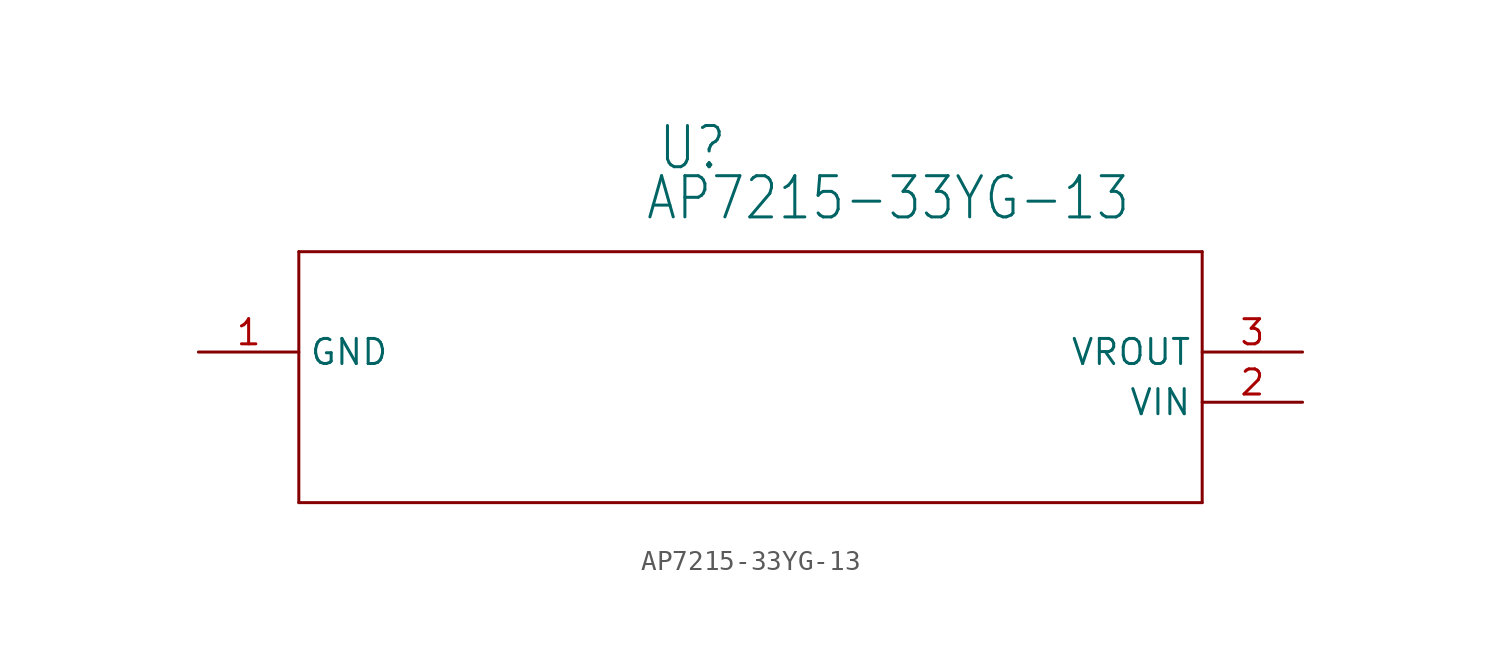
<source format=kicad_sym>
(kicad_symbol_lib
  (version 20211014)
  (generator kicad_symbol_editor)
  (symbol "AP7215-33YG-13"
    (property "Reference" "U"
      (at 25.756 9.119 0)
      (effects (font (size 2.083 1.77)) (justify left bottom)))
    (property "Value" "AP7215-33YG-13"
      (at 25.121 6.579 0)
      (effects (font (size 2.083 1.77)) (justify left bottom)))
    (property "ki_locked" ""
      (at 0 0 0)
      (effects (font (size 1.27 1.27))))
    (symbol "AP7215-33YG-13_1_0"
      (polyline (pts (xy 7.62 -7.62) (xy 53.34 -7.62)) (stroke (width 0.152) (type default) (color 0 0 0 0)) (fill (type none)))
      (polyline (pts (xy 7.62 5.08) (xy 7.62 -7.62)) (stroke (width 0.152) (type default) (color 0 0 0 0)) (fill (type none)))
      (polyline (pts (xy 53.34 -7.62) (xy 53.34 5.08)) (stroke (width 0.152) (type default) (color 0 0 0 0)) (fill (type none)))
      (polyline (pts (xy 53.34 5.08) (xy 7.62 5.08)) (stroke (width 0.152) (type default) (color 0 0 0 0)) (fill (type none)))
      (pin power_in line (at 2.54 0 0) (length 5.08) (name "GND" (effects (font (size 1.27 1.27)))) (number "1" (effects (font (size 1.27 1.27)))))
      (pin input line (at 58.42 -2.54 180) (length 5.08) (name "VIN" (effects (font (size 1.27 1.27)))) (number "2" (effects (font (size 1.27 1.27)))))
      (pin output line (at 58.42 0 180) (length 5.08) (name "VROUT" (effects (font (size 1.27 1.27)))) (number "3" (effects (font (size 1.27 1.27))))))))
</source>
